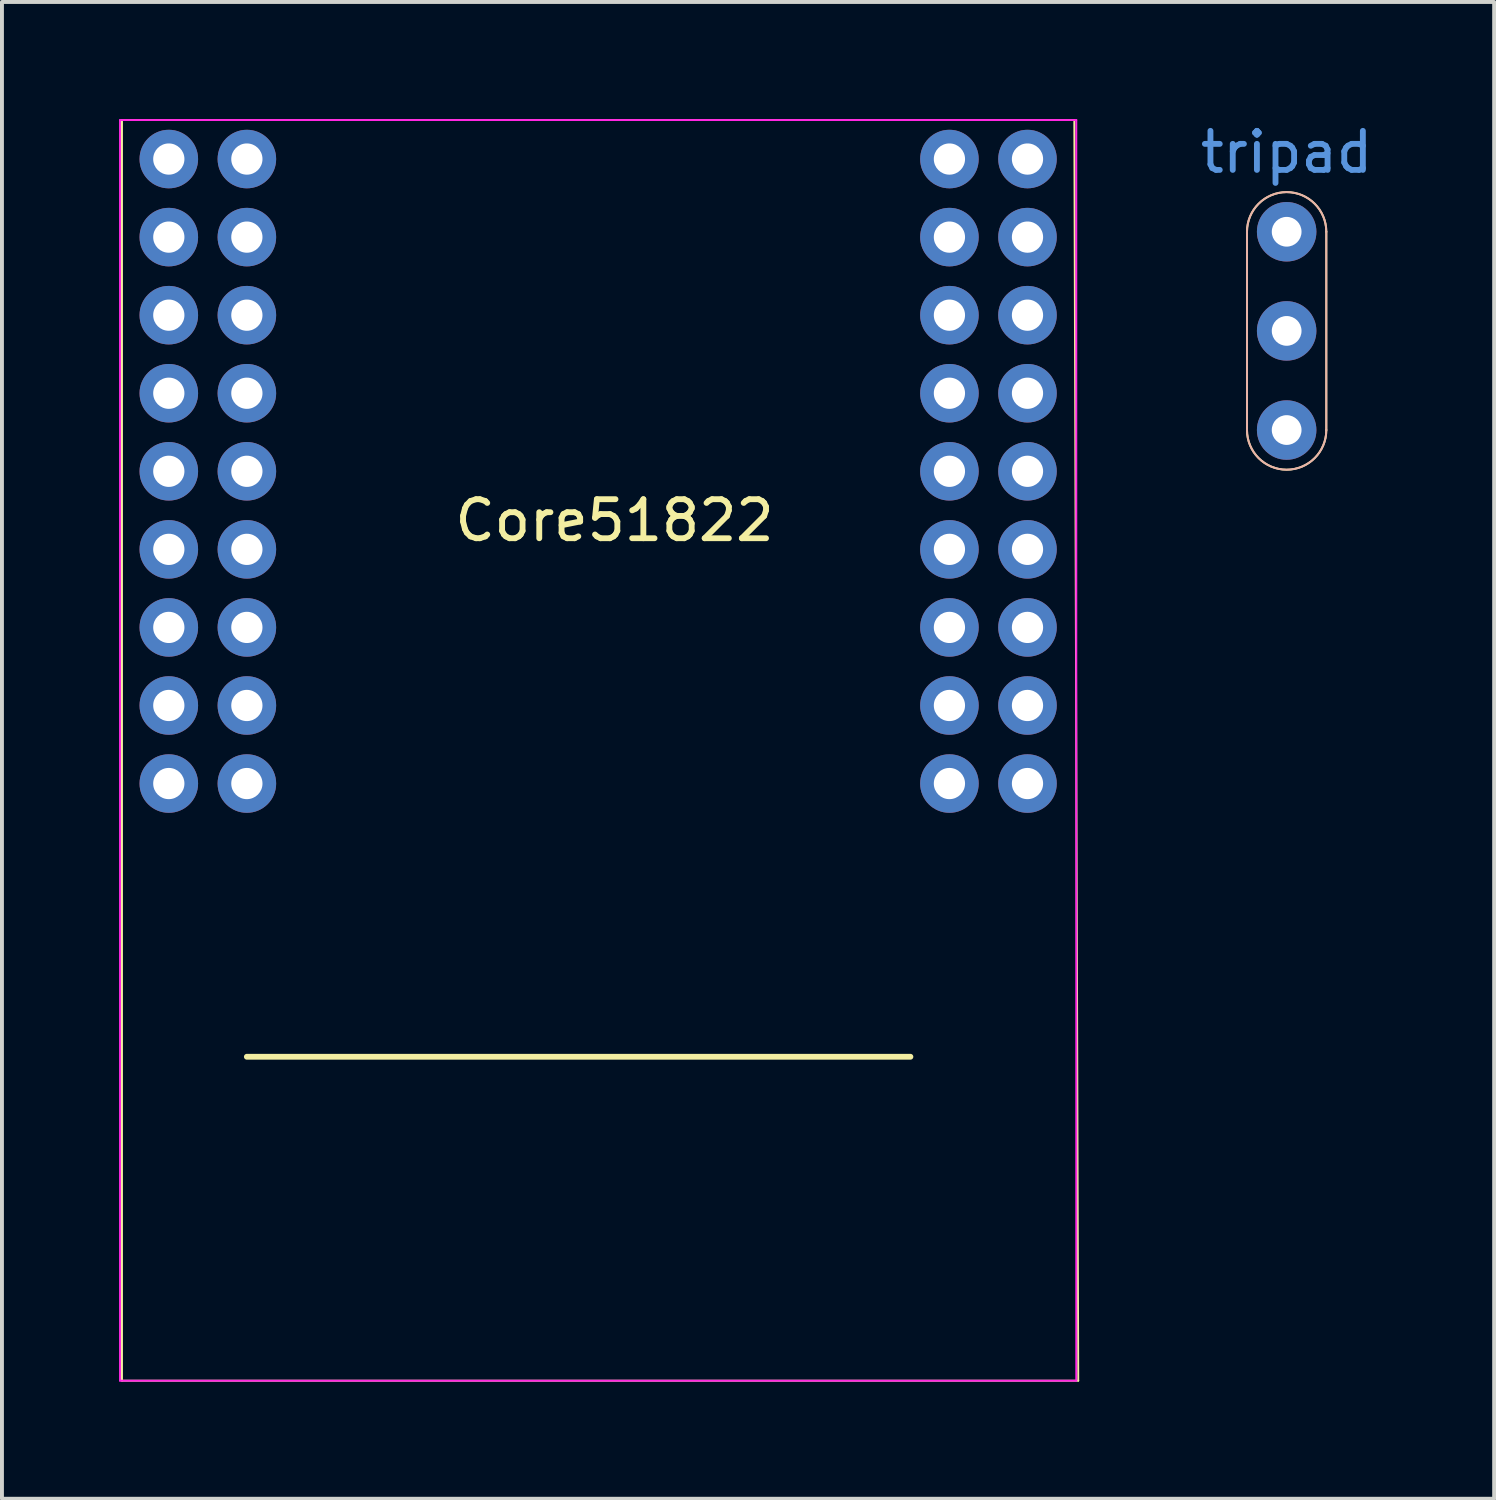
<source format=kicad_pcb>
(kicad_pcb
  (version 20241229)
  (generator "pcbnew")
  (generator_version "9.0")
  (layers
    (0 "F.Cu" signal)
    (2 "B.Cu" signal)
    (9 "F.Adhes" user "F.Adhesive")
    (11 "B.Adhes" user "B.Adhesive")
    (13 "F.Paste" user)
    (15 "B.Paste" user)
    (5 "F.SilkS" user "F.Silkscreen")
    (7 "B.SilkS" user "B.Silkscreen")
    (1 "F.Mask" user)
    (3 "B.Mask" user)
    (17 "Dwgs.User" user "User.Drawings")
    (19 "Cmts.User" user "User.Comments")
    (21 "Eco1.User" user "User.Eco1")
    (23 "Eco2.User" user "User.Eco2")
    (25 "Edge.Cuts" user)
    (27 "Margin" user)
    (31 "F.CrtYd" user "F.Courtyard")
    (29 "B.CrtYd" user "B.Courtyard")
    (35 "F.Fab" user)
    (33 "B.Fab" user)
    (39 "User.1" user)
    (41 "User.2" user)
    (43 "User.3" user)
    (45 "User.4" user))
  (footprint "Core51822"
    (layer "F.Cu")
    (at 12.275 10.025)
    (property "Reference" "Core51822" (at 0.42 0.26 180) (layer "F.SilkS") (effects (font (size 1 1) (thickness 0.15))))
    (attr through_hole)
    (fp_line (start -12.2 -10) (end 12.2 -10) (stroke (width 0.05) (type solid)) (layer "F.SilkS"))
    (fp_line (start -12.2 22.3) (end -12.2 -10) (stroke (width 0.05) (type solid)) (layer "F.SilkS"))
    (fp_line (start -9 14) (end 8 14) (stroke (width 0.15) (type solid)) (layer "F.SilkS"))
    (fp_line (start 12.2 -10) (end 12.3 22.3) (stroke (width 0.05) (type solid)) (layer "F.SilkS"))
    (fp_line (start 12.3 22.3) (end -12.2 22.3) (stroke (width 0.05) (type solid)) (layer "F.SilkS"))
    (fp_line (start -12.25 -10) (end 12.25 -10) (stroke (width 0.05) (type solid)) (layer "F.CrtYd"))
    (fp_line (start -12.25 22.3) (end -12.25 -10) (stroke (width 0.05) (type solid)) (layer "F.CrtYd"))
    (fp_line (start 12.25 -10) (end 12.25 22.3) (stroke (width 0.05) (type solid)) (layer "F.CrtYd"))
    (fp_line (start 12.25 22.3) (end -12.25 22.3) (stroke (width 0.05) (type solid)) (layer "F.CrtYd"))
    (pad "1" thru_hole circle (at -11 -9) (size 1.5 1.5) (drill 0.8) (layers "*.Cu" "*.Mask"))
    (pad "2" thru_hole circle (at -9 -9) (size 1.5 1.5) (drill 0.8) (layers "*.Cu" "*.Mask"))
    (pad "3" thru_hole circle (at -11 -7) (size 1.5 1.5) (drill 0.8) (layers "*.Cu" "*.Mask"))
    (pad "4" thru_hole circle (at -9 -7) (size 1.5 1.5) (drill 0.8) (layers "*.Cu" "*.Mask"))
    (pad "5" thru_hole circle (at -11 -5) (size 1.5 1.5) (drill 0.8) (layers "*.Cu" "*.Mask"))
    (pad "6" thru_hole circle (at -9 -5) (size 1.5 1.5) (drill 0.8) (layers "*.Cu" "*.Mask"))
    (pad "7" thru_hole circle (at -11 -3) (size 1.5 1.5) (drill 0.8) (layers "*.Cu" "*.Mask"))
    (pad "8" thru_hole circle (at -9 -3) (size 1.5 1.5) (drill 0.8) (layers "*.Cu" "*.Mask"))
    (pad "9" thru_hole circle (at -11 -1) (size 1.5 1.5) (drill 0.8) (layers "*.Cu" "*.Mask"))
    (pad "10" thru_hole circle (at -9 -1) (size 1.5 1.5) (drill 0.8) (layers "*.Cu" "*.Mask"))
    (pad "11" thru_hole circle (at -11 1) (size 1.5 1.5) (drill 0.8) (layers "*.Cu" "*.Mask"))
    (pad "12" thru_hole circle (at -9 1) (size 1.5 1.5) (drill 0.8) (layers "*.Cu" "*.Mask"))
    (pad "13" thru_hole circle (at -11 3) (size 1.5 1.5) (drill 0.8) (layers "*.Cu" "*.Mask"))
    (pad "14" thru_hole circle (at -9 3) (size 1.5 1.5) (drill 0.8) (layers "*.Cu" "*.Mask"))
    (pad "15" thru_hole circle (at -11 5) (size 1.5 1.5) (drill 0.8) (layers "*.Cu" "*.Mask"))
    (pad "16" thru_hole circle (at -9 5) (size 1.5 1.5) (drill 0.8) (layers "*.Cu" "*.Mask"))
    (pad "17" thru_hole circle (at -11 7) (size 1.5 1.5) (drill 0.8) (layers "*.Cu" "*.Mask"))
    (pad "18" thru_hole circle (at -9 7) (size 1.5 1.5) (drill 0.8) (layers "*.Cu" "*.Mask"))
    (pad "19" thru_hole circle (at 9 -9) (size 1.5 1.5) (drill 0.8) (layers "*.Cu" "*.Mask"))
    (pad "20" thru_hole circle (at 11 -9) (size 1.5 1.5) (drill 0.8) (layers "*.Cu" "*.Mask"))
    (pad "21" thru_hole circle (at 9 -7) (size 1.5 1.5) (drill 0.8) (layers "*.Cu" "*.Mask"))
    (pad "22" thru_hole circle (at 11 -7) (size 1.5 1.5) (drill 0.8) (layers "*.Cu" "*.Mask"))
    (pad "23" thru_hole circle (at 9 -5) (size 1.5 1.5) (drill 0.8) (layers "*.Cu" "*.Mask"))
    (pad "24" thru_hole circle (at 11 -5) (size 1.5 1.5) (drill 0.8) (layers "*.Cu" "*.Mask"))
    (pad "25" thru_hole circle (at 9 -3) (size 1.5 1.5) (drill 0.8) (layers "*.Cu" "*.Mask"))
    (pad "26" thru_hole circle (at 11 -3) (size 1.5 1.5) (drill 0.8) (layers "*.Cu" "*.Mask"))
    (pad "27" thru_hole circle (at 9 -1) (size 1.5 1.5) (drill 0.8) (layers "*.Cu" "*.Mask"))
    (pad "28" thru_hole circle (at 11 -1) (size 1.5 1.5) (drill 0.8) (layers "*.Cu" "*.Mask"))
    (pad "29" thru_hole circle (at 9 1) (size 1.5 1.5) (drill 0.8) (layers "*.Cu" "*.Mask"))
    (pad "30" thru_hole circle (at 11 1) (size 1.5 1.5) (drill 0.8) (layers "*.Cu" "*.Mask"))
    (pad "31" thru_hole circle (at 9 3) (size 1.5 1.5) (drill 0.8) (layers "*.Cu" "*.Mask"))
    (pad "32" thru_hole circle (at 11 3) (size 1.5 1.5) (drill 0.8) (layers "*.Cu" "*.Mask"))
    (pad "33" thru_hole circle (at 9 5) (size 1.5 1.5) (drill 0.8) (layers "*.Cu" "*.Mask"))
    (pad "34" thru_hole circle (at 11 5) (size 1.5 1.5) (drill 0.8) (layers "*.Cu" "*.Mask"))
    (pad "35" thru_hole circle (at 9 7) (size 1.5 1.5) (drill 0.8) (layers "*.Cu" "*.Mask"))
    (pad "36" thru_hole circle (at 11 7) (size 1.5 1.5) (drill 0.8) (layers "*.Cu" "*.Mask")))
  (footprint "tripad"
    (layer "F.Cu")
    (at 29.915 0.348)
    (property "Reference" "tripad" (at 0 0.5 0) (layer "Cmts.User") (effects (font (size 1 1) (thickness 0.15))))
    (attr through_hole)
    (fp_line (start -1.016 7.62) (end -1.016 2.54) (stroke (width 0.05) (type solid)) (layer "F.SilkS"))
    (fp_line (start 1.016 2.54) (end 1.016 7.62) (stroke (width 0.05) (type solid)) (layer "F.SilkS"))
    (fp_arc (start -1.016 2.54) (mid 0 1.524) (end 1.016 2.54) (stroke (width 0.05) (type solid)) (layer "F.SilkS"))
    (fp_arc (start 1.016 7.62) (mid 0 8.636) (end -1.016 7.62) (stroke (width 0.05) (type solid)) (layer "F.SilkS"))
    (fp_line (start -1.016 7.62) (end -1.016 2.54) (stroke (width 0.05) (type solid)) (layer "B.SilkS"))
    (fp_line (start 1.016 2.54) (end 1.016 7.62) (stroke (width 0.05) (type solid)) (layer "B.SilkS"))
    (fp_arc (start -1.016 2.54) (mid 0 1.524) (end 1.016 2.54) (stroke (width 0.05) (type solid)) (layer "B.SilkS"))
    (fp_arc (start 1.016 7.62) (mid 0 8.636) (end -1.016 7.62) (stroke (width 0.05) (type solid)) (layer "B.SilkS"))
    (pad "1" thru_hole circle (at 0 2.54) (size 1.524 1.524) (drill 0.762) (layers "*.Cu" "*.Mask"))
    (pad "2" thru_hole circle (at 0 5.08) (size 1.524 1.524) (drill 0.762) (layers "*.Cu" "*.Mask"))
    (pad "3" thru_hole circle (at 0 7.62) (size 1.524 1.524) (drill 0.762) (layers "*.Cu" "*.Mask")))
  (gr_rect
    (start -3 -3)
    (end 35.231 35.35)
    (stroke (width 0.1) (type default))
    (fill no)
    (layer "Edge.Cuts")))
</source>
